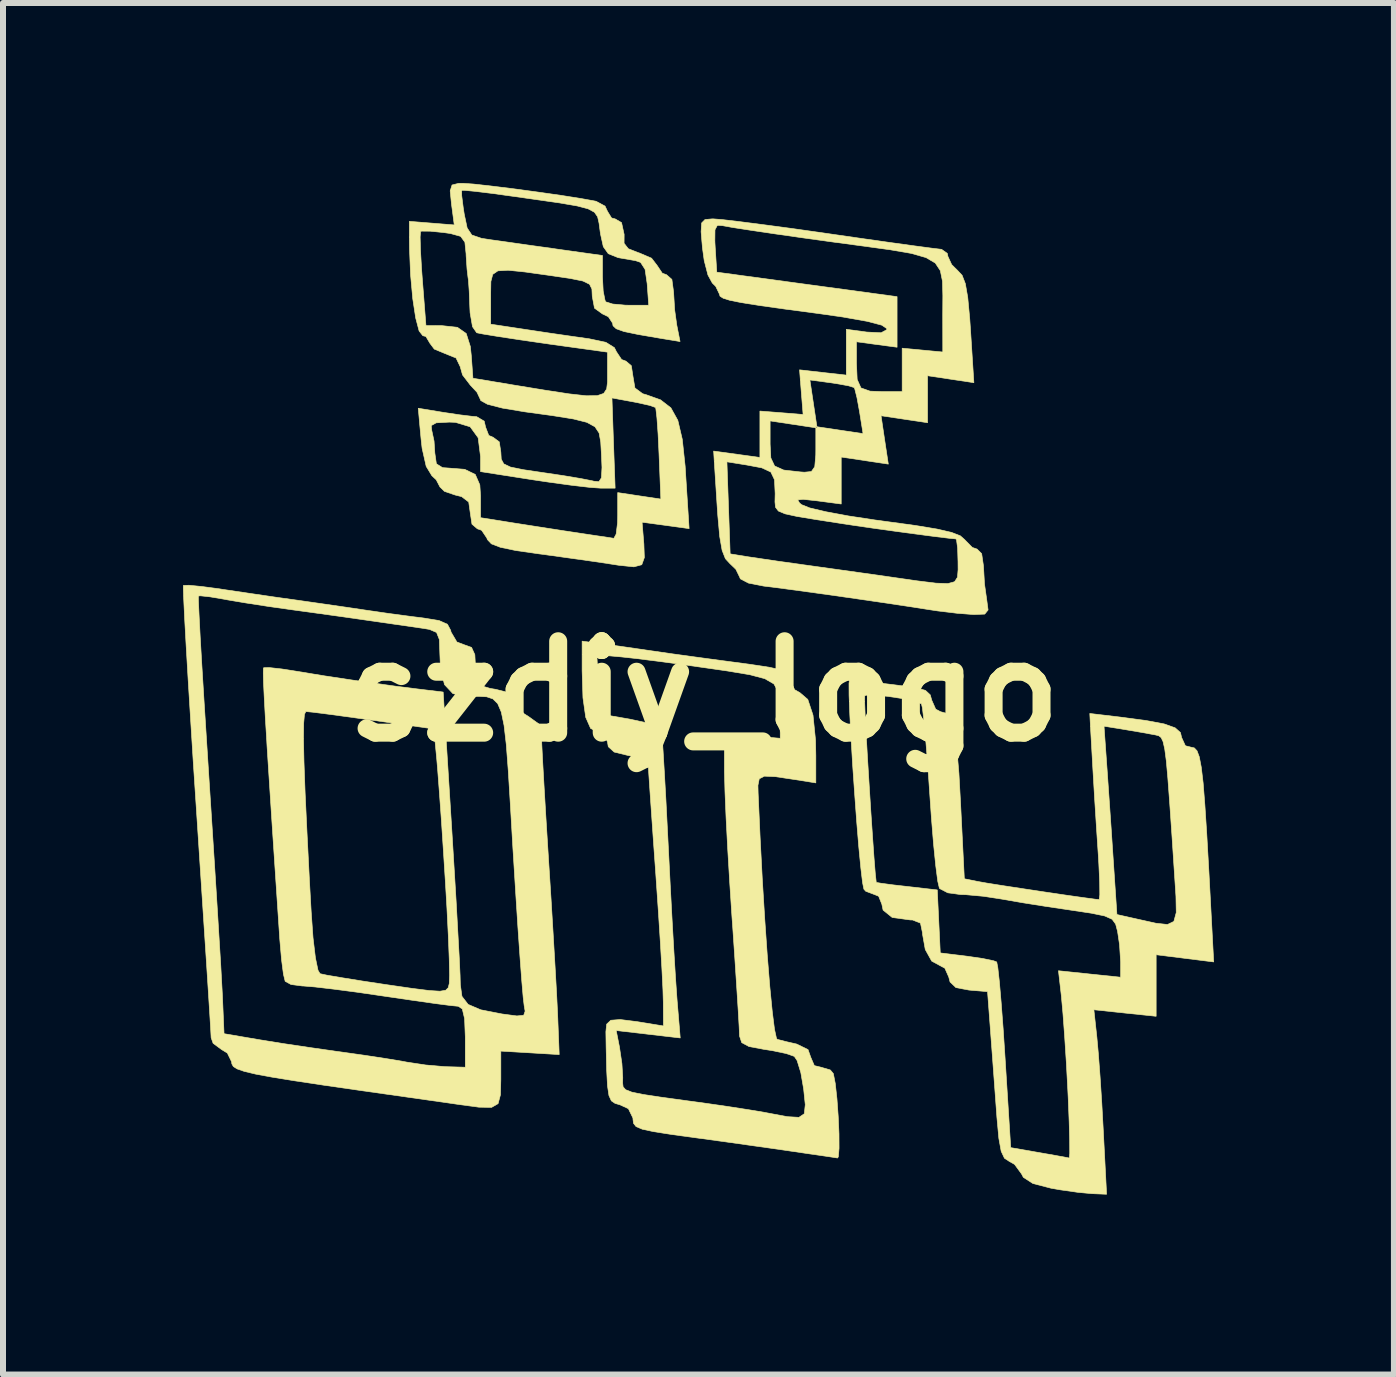
<source format=kicad_pcb>
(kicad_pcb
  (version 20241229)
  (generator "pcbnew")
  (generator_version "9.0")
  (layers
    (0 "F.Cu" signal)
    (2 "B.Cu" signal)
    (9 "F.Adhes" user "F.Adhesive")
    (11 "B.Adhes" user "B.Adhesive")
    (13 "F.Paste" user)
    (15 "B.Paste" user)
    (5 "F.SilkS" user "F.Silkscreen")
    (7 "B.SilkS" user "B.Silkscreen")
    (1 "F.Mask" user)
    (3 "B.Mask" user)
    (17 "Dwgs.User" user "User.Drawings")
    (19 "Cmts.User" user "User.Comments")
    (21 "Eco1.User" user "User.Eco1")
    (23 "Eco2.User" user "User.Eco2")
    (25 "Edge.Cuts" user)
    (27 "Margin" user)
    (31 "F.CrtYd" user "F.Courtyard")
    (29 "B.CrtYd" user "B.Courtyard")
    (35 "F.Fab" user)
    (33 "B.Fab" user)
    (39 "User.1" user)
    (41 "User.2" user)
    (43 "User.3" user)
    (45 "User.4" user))
  (footprint "szdiy_logo"
    (layer "F.Cu")
    (at 8.684 8.472)
    (property "Reference" "szdiy_logo" (at 0 0 0) (layer "F.SilkS") (effects (font (size 1.524 1.524) (thickness 0.3))))
    (attr through_hole)
    (fp_poly (pts (xy -1.714 -0.795) (xy -1.449 -0.758) (xy -1.109 -0.709) (xy -0.889 -0.677) (xy -0.551 -0.628) (xy -0.129 -0.57) (xy 0.291 -0.513) (xy 0.339 -0.507) (xy 0.787 -0.447) (xy 1.093 -0.4) (xy 1.285 -0.357) (xy 1.389 -0.31) (xy 1.431 -0.251) (xy 1.439 -0.178) (xy 1.51 -0.027) (xy 1.596 0.021) (xy 1.729 0.135) (xy 1.816 0.397) (xy 1.858 0.814) (xy 1.863 1.07) (xy 1.863 1.526) (xy 1.503 1.469) (xy 1.188 1.422) (xy 1.005 1.414) (xy 0.92 1.458) (xy 0.898 1.568) (xy 0.901 1.693) (xy 0.934 2.427) (xy 0.971 3.136) (xy 1.012 3.802) (xy 1.054 4.404) (xy 1.096 4.922) (xy 1.137 5.338) (xy 1.174 5.632) (xy 1.207 5.783) (xy 1.219 5.8) (xy 1.367 5.838) (xy 1.545 5.879) (xy 1.733 5.971) (xy 1.778 6.098) (xy 1.838 6.238) (xy 1.95 6.265) (xy 2.105 6.311) (xy 2.155 6.371) (xy 2.187 6.536) (xy 2.215 6.79) (xy 2.236 7.085) (xy 2.249 7.376) (xy 2.25 7.615) (xy 2.238 7.758) (xy 2.225 7.778) (xy 2.097 7.758) (xy 1.947 7.736) (xy 1.752 7.708) (xy 1.459 7.665) (xy 1.185 7.625) (xy 0.823 7.574) (xy 0.383 7.512) (xy -0.046 7.453) (xy -0.085 7.448) (xy -0.532 7.387) (xy -0.838 7.339) (xy -1.029 7.298) (xy -1.133 7.254) (xy -1.176 7.199) (xy -1.185 7.126) (xy -1.185 7.112) (xy -1.261 6.956) (xy -1.397 6.893) (xy -1.484 6.867) (xy -1.545 6.825) (xy -1.585 6.737) (xy -1.609 6.576) (xy -1.623 6.315) (xy -1.632 5.927) (xy -1.636 5.673) (xy -1.623 5.547) (xy -1.554 5.482) (xy -1.397 5.47) (xy -1.118 5.505) (xy -0.995 5.525) (xy -0.677 5.577) (xy -0.679 5.181) (xy -0.685 4.974) (xy -0.702 4.632) (xy -0.728 4.187) (xy -0.761 3.673) (xy -0.799 3.122) (xy -0.804 3.048) (xy -0.842 2.52) (xy -0.875 2.047) (xy -0.902 1.656) (xy -0.921 1.375) (xy -0.93 1.229) (xy -0.93 1.217) (xy -1.006 1.146) (xy -1.194 1.083) (xy -1.27 1.068) (xy -1.498 1.012) (xy -1.596 0.923) (xy -1.609 0.846) (xy -1.67 0.704) (xy -1.767 0.677) (xy -1.89 0.619) (xy -1.972 0.433) (xy -2.018 0.108) (xy -2.032 -0.344) (xy -2.032 -0.61) (xy -1.787 -0.61) (xy -1.761 -0.116) (xy -1.736 0.377) (xy -1.234 0.464) (xy -0.965 0.523) (xy -0.774 0.588) (xy -0.71 0.635) (xy -0.7 0.741) (xy -0.683 0.99) (xy -0.661 1.359) (xy -0.635 1.82) (xy -0.608 2.35) (xy -0.594 2.625) (xy -0.564 3.22) (xy -0.533 3.8) (xy -0.503 4.327) (xy -0.476 4.768) (xy -0.454 5.085) (xy -0.449 5.153) (xy -0.397 5.777) (xy -0.931 5.715) (xy -1.464 5.653) (xy -1.41 5.927) (xy -1.369 6.204) (xy -1.355 6.438) (xy -1.357 6.527) (xy -1.349 6.592) (xy -1.306 6.64) (xy -1.204 6.68) (xy -1.02 6.718) (xy -0.731 6.762) (xy -0.311 6.82) (xy 0 6.862) (xy 0.381 6.917) (xy 0.742 6.973) (xy 1.016 7.019) (xy 1.058 7.027) (xy 1.388 7.089) (xy 1.582 7.1) (xy 1.671 7.04) (xy 1.687 6.889) (xy 1.66 6.628) (xy 1.613 6.355) (xy 1.551 6.154) (xy 1.504 6.084) (xy 1.366 6.036) (xy 1.128 5.987) (xy 0.999 5.967) (xy 0.749 5.92) (xy 0.628 5.855) (xy 0.592 5.747) (xy 0.591 5.728) (xy 0.585 5.591) (xy 0.569 5.314) (xy 0.544 4.923) (xy 0.513 4.448) (xy 0.477 3.917) (xy 0.466 3.768) (xy 0.428 3.188) (xy 0.394 2.62) (xy 0.367 2.103) (xy 0.349 1.674) (xy 0.341 1.372) (xy 0.34 1.348) (xy 0.339 0.706) (xy 0.804 0.744) (xy 1.27 0.783) (xy 1.269 0.455) (xy 1.265 0.191) (xy 1.238 0.004) (xy 1.163 -0.124) (xy 1.012 -0.211) (xy 0.762 -0.277) (xy 0.384 -0.34) (xy 0.1 -0.381) (xy -0.351 -0.445) (xy -0.781 -0.503) (xy -1.142 -0.548) (xy -1.38 -0.574) (xy -1.787 -0.61) (xy -2.032 -0.61) (xy -2.032 -0.836) (xy -1.714 -0.795)) (stroke (width 0.01) (type solid)) (fill yes) (layer "F.SilkS"))
    (fp_poly (pts (xy 2.571 -0.204) (xy 2.708 -0.174) (xy 2.957 -0.135) (xy 3.224 -0.102) (xy 3.523 -0.062) (xy 3.691 -0.015) (xy 3.77 0.059) (xy 3.795 0.148) (xy 3.861 0.297) (xy 3.94 0.339) (xy 4.036 0.366) (xy 4.11 0.463) (xy 4.167 0.648) (xy 4.212 0.944) (xy 4.248 1.37) (xy 4.276 1.879) (xy 4.338 3.124) (xy 4.561 3.169) (xy 4.713 3.196) (xy 4.977 3.238) (xy 5.312 3.289) (xy 5.676 3.344) (xy 6.027 3.396) (xy 6.323 3.438) (xy 6.524 3.465) (xy 6.586 3.471) (xy 6.596 3.393) (xy 6.594 3.185) (xy 6.58 2.883) (xy 6.571 2.731) (xy 6.541 2.282) (xy 6.508 1.762) (xy 6.479 1.27) (xy 6.474 1.179) (xy 6.44 0.581) (xy 6.666 0.581) (xy 6.719 1.328) (xy 6.75 1.776) (xy 6.786 2.297) (xy 6.819 2.793) (xy 6.826 2.897) (xy 6.881 3.72) (xy 7.229 3.798) (xy 7.531 3.865) (xy 7.724 3.886) (xy 7.83 3.835) (xy 7.87 3.687) (xy 7.865 3.418) (xy 7.842 3.069) (xy 7.797 2.385) (xy 7.76 1.851) (xy 7.73 1.449) (xy 7.704 1.158) (xy 7.678 0.961) (xy 7.65 0.838) (xy 7.618 0.771) (xy 7.579 0.741) (xy 7.529 0.728) (xy 7.503 0.723) (xy 7.3 0.686) (xy 7.036 0.641) (xy 6.995 0.634) (xy 6.666 0.581) (xy 6.44 0.581) (xy 6.429 0.369) (xy 6.918 0.427) (xy 7.365 0.486) (xy 7.668 0.543) (xy 7.851 0.608) (xy 7.94 0.687) (xy 7.959 0.769) (xy 8.022 0.907) (xy 8.116 0.931) (xy 8.171 0.943) (xy 8.216 0.991) (xy 8.254 1.092) (xy 8.287 1.265) (xy 8.318 1.526) (xy 8.347 1.895) (xy 8.379 2.387) (xy 8.415 3.022) (xy 8.436 3.419) (xy 8.494 4.51) (xy 7.535 4.39) (xy 7.535 5.416) (xy 7.016 5.362) (xy 6.497 5.307) (xy 6.547 5.765) (xy 6.571 6.032) (xy 6.6 6.416) (xy 6.629 6.864) (xy 6.653 7.303) (xy 6.709 8.382) (xy 6.466 8.372) (xy 6.238 8.351) (xy 5.936 8.308) (xy 5.782 8.281) (xy 5.481 8.203) (xy 5.322 8.1) (xy 5.291 8.042) (xy 5.175 7.884) (xy 5.085 7.833) (xy 5.007 7.782) (xy 4.952 7.665) (xy 4.913 7.449) (xy 4.881 7.101) (xy 4.877 7.046) (xy 4.844 6.598) (xy 4.808 6.111) (xy 4.776 5.685) (xy 4.774 5.656) (xy 4.725 5.005) (xy 4.415 4.979) (xy 4.198 4.938) (xy 4.1 4.844) (xy 4.079 4.763) (xy 4.013 4.614) (xy 3.934 4.572) (xy 3.794 4.496) (xy 3.687 4.303) (xy 3.641 4.045) (xy 3.641 4.027) (xy 3.607 3.863) (xy 3.476 3.811) (xy 3.436 3.81) (xy 3.136 3.769) (xy 2.984 3.646) (xy 2.963 3.547) (xy 2.91 3.415) (xy 2.841 3.387) (xy 2.695 3.332) (xy 2.664 3.297) (xy 2.642 3.189) (xy 2.613 2.944) (xy 2.579 2.594) (xy 2.544 2.171) (xy 2.51 1.707) (xy 2.477 1.233) (xy 2.45 0.781) (xy 2.429 0.381) (xy 2.421 0.167) (xy 2.676 0.167) (xy 2.685 0.394) (xy 2.702 0.724) (xy 2.725 1.125) (xy 2.752 1.563) (xy 2.78 2.007) (xy 2.808 2.422) (xy 2.833 2.777) (xy 2.854 3.039) (xy 2.869 3.174) (xy 2.871 3.185) (xy 2.952 3.199) (xy 3.154 3.226) (xy 3.383 3.252) (xy 3.887 3.31) (xy 3.912 3.835) (xy 3.937 4.36) (xy 4.387 4.415) (xy 4.646 4.453) (xy 4.827 4.491) (xy 4.878 4.511) (xy 4.896 4.605) (xy 4.922 4.84) (xy 4.952 5.189) (xy 4.985 5.624) (xy 5.015 6.079) (xy 5.111 7.605) (xy 5.582 7.687) (xy 5.845 7.733) (xy 6.03 7.767) (xy 6.087 7.778) (xy 6.095 7.703) (xy 6.094 7.49) (xy 6.085 7.168) (xy 6.069 6.77) (xy 6.064 6.668) (xy 6.039 6.202) (xy 6.01 5.753) (xy 5.982 5.373) (xy 5.958 5.109) (xy 5.958 5.101) (xy 5.907 4.657) (xy 6.425 4.711) (xy 6.943 4.765) (xy 6.943 4.51) (xy 6.925 4.224) (xy 6.892 4.002) (xy 6.86 3.88) (xy 6.801 3.799) (xy 6.678 3.744) (xy 6.456 3.698) (xy 6.109 3.646) (xy 5.713 3.587) (xy 5.326 3.526) (xy 5.019 3.473) (xy 4.97 3.464) (xy 4.658 3.416) (xy 4.36 3.389) (xy 4.276 3.387) (xy 4.062 3.358) (xy 3.928 3.288) (xy 3.922 3.281) (xy 3.895 3.165) (xy 3.862 2.91) (xy 3.825 2.545) (xy 3.789 2.102) (xy 3.762 1.714) (xy 3.729 1.234) (xy 3.695 0.816) (xy 3.664 0.486) (xy 3.639 0.274) (xy 3.623 0.208) (xy 3.515 0.165) (xy 3.309 0.121) (xy 3.065 0.084) (xy 2.841 0.063) (xy 2.699 0.065) (xy 2.677 0.076) (xy 2.676 0.167) (xy 2.421 0.167) (xy 2.417 0.066) (xy 2.416 -0.133) (xy 2.423 -0.185) (xy 2.522 -0.216) (xy 2.571 -0.204)) (stroke (width 0.01) (type solid)) (fill yes) (layer "F.SilkS"))
    (fp_poly (pts (xy 0.305 -7.862) (xy 0.594 -7.828) (xy 0.992 -7.777) (xy 1.471 -7.713) (xy 2 -7.638) (xy 2.117 -7.621) (xy 2.644 -7.545) (xy 3.117 -7.478) (xy 3.509 -7.424) (xy 3.794 -7.386) (xy 3.944 -7.368) (xy 3.958 -7.367) (xy 4.054 -7.299) (xy 4.064 -7.249) (xy 4.127 -7.112) (xy 4.224 -7.016) (xy 4.301 -6.934) (xy 4.355 -6.794) (xy 4.395 -6.564) (xy 4.428 -6.211) (xy 4.441 -6.022) (xy 4.497 -5.144) (xy 3.725 -5.26) (xy 3.725 -4.477) (xy 3.338 -4.535) (xy 2.95 -4.593) (xy 3.01 -4.19) (xy 3.071 -3.787) (xy 2.286 -3.905) (xy 2.286 -3.122) (xy 1.884 -3.175) (xy 1.652 -3.2) (xy 1.562 -3.191) (xy 1.59 -3.141) (xy 1.625 -3.111) (xy 1.76 -3.057) (xy 2.031 -2.993) (xy 2.407 -2.923) (xy 2.855 -2.855) (xy 3.011 -2.834) (xy 3.518 -2.765) (xy 3.881 -2.705) (xy 4.124 -2.649) (xy 4.271 -2.592) (xy 4.346 -2.526) (xy 4.349 -2.522) (xy 4.471 -2.398) (xy 4.55 -2.371) (xy 4.627 -2.294) (xy 4.657 -2.089) (xy 4.657 -2.085) (xy 4.674 -1.79) (xy 4.71 -1.535) (xy 4.734 -1.356) (xy 4.678 -1.287) (xy 4.5 -1.28) (xy 4.477 -1.281) (xy 4.216 -1.301) (xy 3.894 -1.34) (xy 3.768 -1.359) (xy 3.389 -1.418) (xy 2.926 -1.487) (xy 2.425 -1.56) (xy 1.93 -1.63) (xy 1.485 -1.691) (xy 1.137 -1.737) (xy 0.995 -1.754) (xy 0.74 -1.804) (xy 0.605 -1.875) (xy 0.593 -1.905) (xy 0.53 -2.034) (xy 0.432 -2.128) (xy 0.356 -2.21) (xy 0.301 -2.35) (xy 0.261 -2.58) (xy 0.229 -2.932) (xy 0.216 -3.124) (xy 0.171 -3.825) (xy 0.381 -3.825) (xy 0.408 -3.058) (xy 0.435 -2.291) (xy 0.704 -2.247) (xy 0.919 -2.215) (xy 1.237 -2.168) (xy 1.597 -2.118) (xy 1.651 -2.11) (xy 2.075 -2.051) (xy 2.568 -1.982) (xy 3.033 -1.916) (xy 3.09 -1.908) (xy 3.548 -1.842) (xy 3.864 -1.803) (xy 4.065 -1.796) (xy 4.176 -1.827) (xy 4.224 -1.902) (xy 4.234 -2.027) (xy 4.233 -2.159) (xy 4.226 -2.386) (xy 4.208 -2.523) (xy 4.197 -2.54) (xy 4.084 -2.551) (xy 3.846 -2.58) (xy 3.525 -2.622) (xy 3.163 -2.671) (xy 2.803 -2.721) (xy 2.488 -2.767) (xy 2.328 -2.791) (xy 1.87 -2.862) (xy 1.553 -2.914) (xy 1.351 -2.958) (xy 1.239 -3.005) (xy 1.191 -3.068) (xy 1.182 -3.157) (xy 1.185 -3.284) (xy 1.185 -3.301) (xy 1.174 -3.527) (xy 1.113 -3.655) (xy 0.962 -3.725) (xy 0.712 -3.772) (xy 0.381 -3.825) (xy 0.171 -3.825) (xy 0.16 -4.004) (xy 0.546 -3.951) (xy 0.931 -3.898) (xy 0.931 -4.122) (xy 1.101 -4.122) (xy 1.113 -3.89) (xy 1.176 -3.756) (xy 1.327 -3.688) (xy 1.602 -3.657) (xy 1.672 -3.652) (xy 1.789 -3.663) (xy 1.845 -3.743) (xy 1.862 -3.936) (xy 1.863 -4.027) (xy 1.863 -4.392) (xy 1.884 -4.389) (xy 1.881 -4.41) (xy 1.863 -4.413) (xy 1.863 -4.392) (xy 1.492 -4.448) (xy 1.101 -4.507) (xy 1.101 -4.122) (xy 0.931 -4.122) (xy 0.931 -4.671) (xy 1.291 -4.643) (xy 1.651 -4.614) (xy 1.621 -4.986) (xy 1.605 -5.189) (xy 1.764 -5.189) (xy 1.881 -4.41) (xy 2.256 -4.354) (xy 2.65 -4.295) (xy 2.591 -4.663) (xy 2.549 -4.893) (xy 2.512 -5.04) (xy 2.501 -5.063) (xy 2.405 -5.093) (xy 2.203 -5.129) (xy 2.117 -5.142) (xy 1.764 -5.189) (xy 1.605 -5.189) (xy 1.592 -5.358) (xy 1.981 -5.314) (xy 2.371 -5.27) (xy 2.371 -6.034) (xy 2.709 -5.988) (xy 2.951 -5.976) (xy 3.046 -6.028) (xy 3.048 -6.044) (xy 2.964 -6.102) (xy 2.717 -6.167) (xy 2.311 -6.239) (xy 1.926 -6.294) (xy 1.354 -6.37) (xy 0.929 -6.43) (xy 0.629 -6.477) (xy 0.433 -6.516) (xy 0.32 -6.551) (xy 0.267 -6.585) (xy 0.254 -6.625) (xy 0.254 -6.625) (xy 0.195 -6.748) (xy 0.137 -6.806) (xy 0.065 -6.938) (xy 0.003 -7.178) (xy -0.026 -7.387) (xy -0.036 -7.501) (xy 0.18 -7.501) (xy 0.186 -7.395) (xy 0.212 -6.986) (xy 1.714 -6.782) (xy 3.217 -6.578) (xy 3.217 -5.735) (xy 2.879 -5.78) (xy 2.54 -5.826) (xy 2.54 -5.467) (xy 2.552 -5.198) (xy 2.615 -5.057) (xy 2.766 -5.003) (xy 2.977 -4.995) (xy 3.302 -4.995) (xy 3.302 -5.719) (xy 3.641 -5.687) (xy 3.979 -5.655) (xy 3.978 -6.278) (xy 3.98 -6.594) (xy 3.974 -6.834) (xy 3.938 -7.011) (xy 3.854 -7.138) (xy 3.699 -7.229) (xy 3.453 -7.299) (xy 3.096 -7.36) (xy 2.608 -7.427) (xy 2.174 -7.485) (xy 1.647 -7.558) (xy 1.17 -7.626) (xy 0.773 -7.685) (xy 0.481 -7.73) (xy 0.325 -7.758) (xy 0.313 -7.761) (xy 0.222 -7.767) (xy 0.182 -7.692) (xy 0.18 -7.501) (xy -0.036 -7.501) (xy -0.049 -7.66) (xy -0.04 -7.806) (xy 0.016 -7.863) (xy 0.134 -7.874) (xy 0.154 -7.874) (xy 0.305 -7.862)) (stroke (width 0.01) (type solid)) (fill yes) (layer "F.SilkS"))
    (fp_poly (pts (xy -8.37 -1.747) (xy -8.075 -1.708) (xy -8.028 -1.7) (xy -7.602 -1.637) (xy -7.125 -1.567) (xy -6.773 -1.518) (xy -6.369 -1.46) (xy -5.946 -1.399) (xy -5.63 -1.352) (xy -5.258 -1.298) (xy -4.868 -1.246) (xy -4.683 -1.223) (xy -4.417 -1.18) (xy -4.277 -1.118) (xy -4.222 -1.015) (xy -4.217 -0.988) (xy -4.119 -0.822) (xy -4 -0.777) (xy -3.875 -0.732) (xy -3.82 -0.611) (xy -3.81 -0.418) (xy -3.799 -0.205) (xy -3.735 -0.1) (xy -3.568 -0.049) (xy -3.471 -0.033) (xy -3.241 0.026) (xy -3.143 0.117) (xy -3.133 0.182) (xy -3.058 0.336) (xy -2.921 0.423) (xy -2.753 0.544) (xy -2.709 0.739) (xy -2.704 0.89) (xy -2.689 1.182) (xy -2.666 1.587) (xy -2.637 2.078) (xy -2.603 2.626) (xy -2.587 2.879) (xy -2.549 3.475) (xy -2.514 4.056) (xy -2.483 4.586) (xy -2.458 5.029) (xy -2.442 5.35) (xy -2.439 5.419) (xy -2.414 6.054) (xy -2.9 6.025) (xy -3.387 5.996) (xy -3.387 6.469) (xy -3.393 6.724) (xy -3.433 6.872) (xy -3.541 6.934) (xy -3.752 6.931) (xy -4.064 6.889) (xy -4.251 6.862) (xy -4.545 6.82) (xy -4.884 6.772) (xy -4.911 6.768) (xy -5.694 6.657) (xy -6.327 6.566) (xy -6.824 6.491) (xy -7.201 6.43) (xy -7.476 6.379) (xy -7.664 6.334) (xy -7.782 6.293) (xy -7.845 6.253) (xy -7.87 6.209) (xy -7.874 6.174) (xy -7.945 6.029) (xy -8.043 5.969) (xy -8.182 5.866) (xy -8.215 5.773) (xy -8.221 5.661) (xy -8.237 5.397) (xy -8.262 5.001) (xy -8.295 4.49) (xy -8.335 3.882) (xy -8.38 3.196) (xy -8.429 2.448) (xy -8.462 1.947) (xy -8.513 1.176) (xy -8.558 0.457) (xy -8.598 -0.19) (xy -8.631 -0.749) (xy -8.656 -1.203) (xy -8.672 -1.534) (xy -8.674 -1.589) (xy -8.428 -1.589) (xy -8.427 -1.503) (xy -8.416 -1.266) (xy -8.397 -0.899) (xy -8.369 -0.42) (xy -8.334 0.151) (xy -8.293 0.795) (xy -8.252 1.439) (xy -8.205 2.167) (xy -8.16 2.868) (xy -8.119 3.517) (xy -8.084 4.09) (xy -8.055 4.563) (xy -8.036 4.91) (xy -8.027 5.075) (xy -8 5.706) (xy -7.408 5.807) (xy -7.031 5.868) (xy -6.575 5.936) (xy -6.128 6) (xy -6.054 6.01) (xy -5.665 6.065) (xy -5.298 6.121) (xy -5.016 6.168) (xy -4.953 6.18) (xy -4.637 6.228) (xy -4.322 6.255) (xy -4.297 6.256) (xy -3.979 6.265) (xy -3.979 5.757) (xy -3.991 5.455) (xy -4.029 5.294) (xy -4.096 5.249) (xy -4.22 5.237) (xy -4.476 5.204) (xy -4.829 5.154) (xy -5.245 5.093) (xy -5.334 5.08) (xy -5.772 5.016) (xy -6.168 4.964) (xy -6.484 4.927) (xy -6.677 4.911) (xy -6.694 4.911) (xy -6.884 4.886) (xy -6.981 4.833) (xy -7.01 4.715) (xy -7.041 4.477) (xy -7.068 4.168) (xy -7.071 4.134) (xy -7.14 3.104) (xy -7.198 2.233) (xy -7.245 1.507) (xy -7.283 0.918) (xy -7.29 0.792) (xy -6.676 0.792) (xy -6.668 1.174) (xy -6.649 1.687) (xy -6.618 2.342) (xy -6.577 3.15) (xy -6.548 3.67) (xy -6.517 4.107) (xy -6.477 4.442) (xy -6.434 4.649) (xy -6.4 4.706) (xy -6.284 4.731) (xy -6.037 4.773) (xy -5.695 4.828) (xy -5.293 4.889) (xy -5.292 4.889) (xy -4.865 4.951) (xy -4.578 4.987) (xy -4.401 4.998) (xy -4.306 4.982) (xy -4.263 4.939) (xy -4.246 4.869) (xy -4.241 4.732) (xy -4.247 4.457) (xy -4.262 4.075) (xy -4.285 3.616) (xy -4.311 3.175) (xy -4.345 2.642) (xy -4.379 2.127) (xy -4.412 1.672) (xy -4.439 1.316) (xy -4.454 1.139) (xy -4.503 0.627) (xy -5.533 0.481) (xy -5.934 0.425) (xy -6.276 0.379) (xy -6.521 0.348) (xy -6.636 0.337) (xy -6.637 0.337) (xy -6.66 0.384) (xy -6.673 0.533) (xy -6.676 0.792) (xy -7.29 0.792) (xy -7.311 0.453) (xy -7.33 0.102) (xy -7.342 -0.147) (xy -7.346 -0.304) (xy -7.344 -0.381) (xy -7.34 -0.393) (xy -7.247 -0.396) (xy -7.039 -0.373) (xy -6.851 -0.344) (xy -6.327 -0.258) (xy -5.723 -0.167) (xy -5.128 -0.084) (xy -4.778 -0.04) (xy -4.348 0.012) (xy -4.204 2.313) (xy -4.166 2.934) (xy -4.131 3.513) (xy -4.103 4.022) (xy -4.08 4.438) (xy -4.066 4.735) (xy -4.062 4.887) (xy -4.035 5.084) (xy -3.932 5.218) (xy -3.721 5.308) (xy -3.373 5.376) (xy -3.361 5.378) (xy -3.12 5.41) (xy -3.006 5.399) (xy -2.982 5.331) (xy -2.998 5.238) (xy -3.014 5.104) (xy -3.038 4.824) (xy -3.068 4.422) (xy -3.103 3.922) (xy -3.14 3.346) (xy -3.179 2.719) (xy -3.186 2.61) (xy -3.228 1.89) (xy -3.263 1.322) (xy -3.296 0.887) (xy -3.333 0.568) (xy -3.379 0.346) (xy -3.439 0.205) (xy -3.519 0.126) (xy -3.623 0.091) (xy -3.759 0.084) (xy -3.93 0.086) (xy -3.955 0.086) (xy -4.185 0.039) (xy -4.326 -0.112) (xy -4.393 -0.39) (xy -4.403 -0.626) (xy -4.411 -0.862) (xy -4.458 -0.981) (xy -4.576 -1.032) (xy -4.678 -1.049) (xy -5.405 -1.154) (xy -6.017 -1.242) (xy -6.565 -1.318) (xy -6.858 -1.358) (xy -7.254 -1.414) (xy -7.643 -1.474) (xy -7.952 -1.526) (xy -7.992 -1.534) (xy -8.234 -1.575) (xy -8.393 -1.592) (xy -8.428 -1.589) (xy -8.674 -1.589) (xy -8.679 -1.725) (xy -8.677 -1.765) (xy -8.585 -1.768) (xy -8.37 -1.747)) (stroke (width 0.01) (type solid)) (fill yes) (layer "F.SilkS"))
    (fp_poly (pts (xy -3.847 -8.455) (xy -3.55 -8.422) (xy -3.176 -8.376) (xy -2.77 -8.321) (xy -2.377 -8.265) (xy -2.043 -8.212) (xy -1.812 -8.17) (xy -1.799 -8.167) (xy -1.65 -8.087) (xy -1.609 -7.999) (xy -1.541 -7.889) (xy -1.482 -7.874) (xy -1.375 -7.812) (xy -1.332 -7.615) (xy -1.333 -7.468) (xy -1.263 -7.377) (xy -1.087 -7.308) (xy -1.081 -7.307) (xy -0.875 -7.219) (xy -0.783 -7.099) (xy -0.696 -6.969) (xy -0.625 -6.943) (xy -0.536 -6.865) (xy -0.508 -6.657) (xy -0.49 -6.359) (xy -0.454 -6.101) (xy -0.4 -5.83) (xy -0.729 -5.884) (xy -1.101 -5.948) (xy -1.336 -5.997) (xy -1.464 -6.043) (xy -1.517 -6.093) (xy -1.524 -6.135) (xy -1.595 -6.243) (xy -1.693 -6.29) (xy -1.826 -6.386) (xy -1.863 -6.583) (xy -1.869 -6.706) (xy -1.909 -6.785) (xy -2.018 -6.838) (xy -2.228 -6.881) (xy -2.561 -6.93) (xy -2.984 -6.989) (xy -3.266 -7.018) (xy -3.436 -7.008) (xy -3.522 -6.949) (xy -3.553 -6.83) (xy -3.556 -6.642) (xy -3.556 -6.573) (xy -3.556 -6.119) (xy -2.942 -6.026) (xy -2.564 -5.969) (xy -2.184 -5.914) (xy -1.915 -5.876) (xy -1.637 -5.817) (xy -1.494 -5.728) (xy -1.461 -5.661) (xy -1.374 -5.53) (xy -1.302 -5.503) (xy -1.212 -5.427) (xy -1.185 -5.251) (xy -1.152 -5.056) (xy -1.023 -4.96) (xy -0.966 -4.944) (xy -0.725 -4.858) (xy -0.553 -4.725) (xy -0.437 -4.516) (xy -0.363 -4.201) (xy -0.315 -3.752) (xy -0.307 -3.621) (xy -0.249 -2.712) (xy -0.641 -2.766) (xy -1.033 -2.819) (xy -1.003 -2.455) (xy -0.995 -2.229) (xy -1.038 -2.11) (xy -1.169 -2.075) (xy -1.421 -2.101) (xy -1.524 -2.117) (xy -1.779 -2.156) (xy -2.14 -2.207) (xy -2.548 -2.264) (xy -2.742 -2.29) (xy -3.139 -2.347) (xy -3.396 -2.401) (xy -3.544 -2.458) (xy -3.611 -2.529) (xy -3.62 -2.555) (xy -3.707 -2.684) (xy -3.778 -2.709) (xy -3.868 -2.786) (xy -3.895 -2.965) (xy -3.922 -3.155) (xy -4.04 -3.245) (xy -4.149 -3.272) (xy -4.327 -3.333) (xy -4.403 -3.408) (xy -4.403 -3.409) (xy -4.464 -3.526) (xy -4.536 -3.593) (xy -4.631 -3.75) (xy -4.699 -4.051) (xy -4.716 -4.204) (xy -4.737 -4.429) (xy -4.547 -4.429) (xy -4.539 -4.353) (xy -4.5 -4.171) (xy -4.487 -3.972) (xy -4.461 -3.792) (xy -4.358 -3.728) (xy -4.297 -3.724) (xy -3.989 -3.7) (xy -3.813 -3.615) (xy -3.737 -3.441) (xy -3.725 -3.257) (xy -3.725 -2.894) (xy -3.154 -2.803) (xy -2.757 -2.741) (xy -2.333 -2.675) (xy -2.074 -2.636) (xy -1.795 -2.594) (xy -1.585 -2.563) (xy -1.503 -2.55) (xy -1.465 -2.62) (xy -1.442 -2.807) (xy -1.439 -2.926) (xy -1.439 -3.312) (xy -0.72 -3.204) (xy -0.75 -3.952) (xy -0.766 -4.288) (xy -0.785 -4.554) (xy -0.803 -4.709) (xy -0.81 -4.731) (xy -0.904 -4.765) (xy -1.105 -4.81) (xy -1.188 -4.826) (xy -1.535 -4.89) (xy -1.509 -4.138) (xy -1.482 -3.386) (xy -1.72 -3.386) (xy -1.903 -3.399) (xy -2.205 -3.434) (xy -2.578 -3.485) (xy -2.842 -3.524) (xy -3.725 -3.662) (xy -3.725 -3.911) (xy -3.765 -4.226) (xy -3.898 -4.409) (xy -4.144 -4.483) (xy -4.245 -4.487) (xy -4.464 -4.475) (xy -4.547 -4.429) (xy -4.737 -4.429) (xy -4.763 -4.718) (xy -4.35 -4.65) (xy -4.076 -4.609) (xy -3.854 -4.582) (xy -3.789 -4.577) (xy -3.664 -4.503) (xy -3.641 -4.403) (xy -3.588 -4.265) (xy -3.514 -4.233) (xy -3.413 -4.158) (xy -3.387 -3.989) (xy -3.38 -3.869) (xy -3.338 -3.791) (xy -3.227 -3.738) (xy -3.013 -3.694) (xy -2.688 -3.646) (xy -2.345 -3.595) (xy -2.053 -3.546) (xy -1.864 -3.509) (xy -1.837 -3.502) (xy -1.752 -3.494) (xy -1.71 -3.559) (xy -1.701 -3.732) (xy -1.71 -3.946) (xy -1.722 -4.155) (xy -1.749 -4.305) (xy -1.818 -4.409) (xy -1.953 -4.483) (xy -2.18 -4.54) (xy -2.524 -4.595) (xy -2.985 -4.658) (xy -3.358 -4.72) (xy -3.611 -4.785) (xy -3.722 -4.847) (xy -3.725 -4.858) (xy -3.784 -4.984) (xy -3.895 -5.103) (xy -4.025 -5.273) (xy -4.064 -5.411) (xy -4.133 -5.555) (xy -4.318 -5.63) (xy -4.496 -5.704) (xy -4.572 -5.805) (xy -4.572 -5.806) (xy -4.636 -5.914) (xy -4.687 -5.927) (xy -4.749 -6.006) (xy -4.806 -6.223) (xy -4.855 -6.545) (xy -4.891 -6.94) (xy -4.909 -7.376) (xy -4.911 -7.528) (xy -4.911 -7.572) (xy -4.732 -7.572) (xy -4.726 -7.351) (xy -4.708 -7.04) (xy -4.695 -6.865) (xy -4.635 -6.096) (xy -4.371 -6.095) (xy -4.111 -6.067) (xy -3.964 -5.964) (xy -3.895 -5.747) (xy -3.879 -5.592) (xy -3.852 -5.218) (xy -3.217 -5.112) (xy -2.662 -5.021) (xy -2.251 -4.958) (xy -1.964 -4.926) (xy -1.779 -4.928) (xy -1.672 -4.965) (xy -1.623 -5.04) (xy -1.609 -5.156) (xy -1.609 -5.282) (xy -1.609 -5.653) (xy -2.011 -5.709) (xy -2.568 -5.786) (xy -3.05 -5.856) (xy -3.432 -5.914) (xy -3.689 -5.956) (xy -3.789 -5.976) (xy -3.859 -6.077) (xy -3.899 -6.308) (xy -3.904 -6.411) (xy -3.914 -6.668) (xy -3.927 -6.855) (xy -3.934 -6.9) (xy -3.95 -7.036) (xy -3.965 -7.258) (xy -3.966 -7.291) (xy -3.986 -7.485) (xy -4.057 -7.583) (xy -4.226 -7.63) (xy -4.338 -7.646) (xy -4.564 -7.669) (xy -4.706 -7.67) (xy -4.725 -7.664) (xy -4.732 -7.572) (xy -4.911 -7.572) (xy -4.911 -7.833) (xy -4.537 -7.803) (xy -4.163 -7.773) (xy -4.209 -8.12) (xy -4.231 -8.339) (xy -4.228 -8.35) (xy -4.04 -8.35) (xy -4.039 -8.262) (xy -4.014 -8.064) (xy -3.997 -7.954) (xy -3.948 -7.722) (xy -3.87 -7.605) (xy -3.709 -7.55) (xy -3.554 -7.526) (xy -3.289 -7.489) (xy -2.925 -7.437) (xy -2.53 -7.382) (xy -2.434 -7.368) (xy -1.693 -7.264) (xy -1.693 -6.906) (xy -1.681 -6.671) (xy -1.65 -6.515) (xy -1.637 -6.491) (xy -1.523 -6.455) (xy -1.311 -6.436) (xy -1.251 -6.435) (xy -0.922 -6.435) (xy -0.948 -6.794) (xy -0.983 -7.033) (xy -1.058 -7.149) (xy -1.143 -7.178) (xy -1.432 -7.228) (xy -1.596 -7.294) (xy -1.679 -7.411) (xy -1.724 -7.615) (xy -1.731 -7.659) (xy -1.75 -7.803) (xy -1.774 -7.909) (xy -1.827 -7.985) (xy -1.933 -8.042) (xy -2.116 -8.09) (xy -2.402 -8.139) (xy -2.814 -8.198) (xy -3.174 -8.249) (xy -3.53 -8.298) (xy -3.816 -8.333) (xy -3.997 -8.35) (xy -4.04 -8.35) (xy -4.228 -8.35) (xy -4.2 -8.439) (xy -4.091 -8.466) (xy -4.023 -8.467) (xy -3.847 -8.455)) (stroke (width 0.01) (type solid)) (fill yes) (layer "F.SilkS")))
  (gr_rect
    (start -3 -3)
    (end 20.182 19.859)
    (stroke (width 0.1) (type default))
    (fill no)
    (layer "Edge.Cuts")))
</source>
